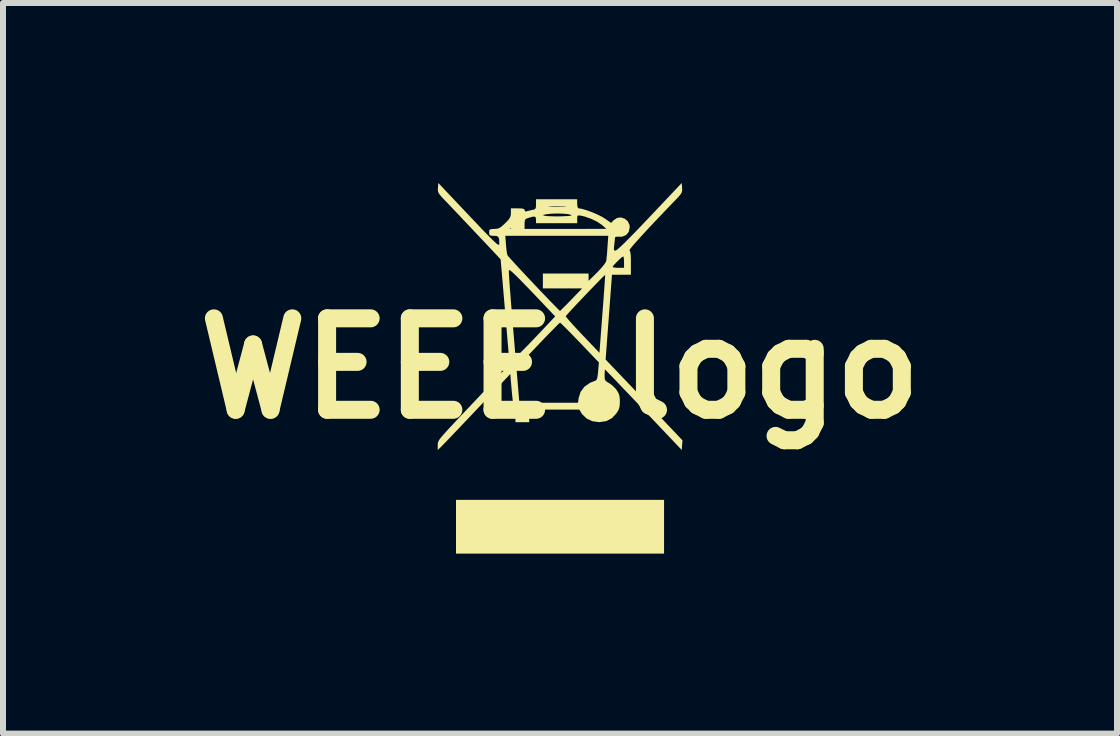
<source format=kicad_pcb>
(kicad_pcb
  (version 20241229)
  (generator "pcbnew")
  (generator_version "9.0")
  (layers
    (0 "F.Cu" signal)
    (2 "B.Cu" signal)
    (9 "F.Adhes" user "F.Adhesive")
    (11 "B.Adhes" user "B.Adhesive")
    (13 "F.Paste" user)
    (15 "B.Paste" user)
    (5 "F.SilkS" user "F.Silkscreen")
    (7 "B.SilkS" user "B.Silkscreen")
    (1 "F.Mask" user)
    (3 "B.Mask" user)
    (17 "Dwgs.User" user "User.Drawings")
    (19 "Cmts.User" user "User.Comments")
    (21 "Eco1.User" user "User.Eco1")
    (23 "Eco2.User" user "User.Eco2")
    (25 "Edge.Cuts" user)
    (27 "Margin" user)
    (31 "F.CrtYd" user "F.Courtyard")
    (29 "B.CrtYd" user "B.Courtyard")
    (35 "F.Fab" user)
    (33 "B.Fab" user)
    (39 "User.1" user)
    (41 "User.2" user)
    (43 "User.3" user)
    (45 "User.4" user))
  (footprint "WEEE logo"
    (layer "F.Cu")
    (at 6.285 3.091)
    (property "Reference" "WEEE logo" (at 0 0 0) (layer "F.SilkS") (effects (font (size 1.524 1.524) (thickness 0.3))))
    (attr board_only exclude_from_pos_files exclude_from_bom)
    (fp_poly (pts (xy 1.734 3.087) (xy -1.734 3.087) (xy -1.734 2.191) (xy 1.734 2.191)) (stroke (width 0) (type solid)) (fill yes) (layer "F.SilkS"))
    (fp_poly (pts (xy 2.035 -3.01) (xy 2.036 -2.968) (xy 2.029 -2.934) (xy 2.008 -2.9) (xy 1.969 -2.854) (xy 1.929 -2.812) (xy 1.754 -2.63) (xy 1.599 -2.467) (xy 1.466 -2.326) (xy 1.356 -2.206) (xy 1.269 -2.11) (xy 1.206 -2.038) (xy 1.168 -1.99) (xy 1.157 -1.969) (xy 1.158 -1.968) (xy 1.169 -1.95) (xy 1.177 -1.904) (xy 1.181 -1.826) (xy 1.181 -1.761) (xy 1.181 -1.562) (xy 0.866 -1.562) (xy 0.813 -0.855) (xy 0.76 -0.148) (xy 0.89 -0.012) (xy 0.933 0.033) (xy 0.999 0.102) (xy 1.082 0.19) (xy 1.181 0.293) (xy 1.29 0.408) (xy 1.407 0.531) (xy 1.526 0.656) (xy 1.531 0.662) (xy 2.041 1.199) (xy 2.029 1.36) (xy 1.393 0.69) (xy 1.267 0.556) (xy 1.148 0.432) (xy 1.04 0.319) (xy 0.946 0.22) (xy 0.867 0.138) (xy 0.806 0.075) (xy 0.767 0.035) (xy 0.75 0.019) (xy 0.75 0.019) (xy 0.746 0.036) (xy 0.744 0.08) (xy 0.743 0.112) (xy 0.745 0.17) (xy 0.757 0.203) (xy 0.786 0.227) (xy 0.815 0.243) (xy 0.87 0.282) (xy 0.925 0.336) (xy 0.942 0.358) (xy 0.975 0.413) (xy 0.992 0.465) (xy 0.997 0.533) (xy 0.997 0.553) (xy 0.994 0.627) (xy 0.98 0.681) (xy 0.951 0.733) (xy 0.942 0.747) (xy 0.865 0.829) (xy 0.773 0.878) (xy 0.661 0.895) (xy 0.651 0.896) (xy 0.539 0.88) (xy 0.443 0.835) (xy 0.37 0.765) (xy 0.36 0.749) (xy 0.321 0.686) (xy -0.514 0.686) (xy -0.514 0.896) (xy -0.743 0.896) (xy -0.743 0.795) (xy -0.747 0.734) (xy -0.755 0.689) (xy -0.762 0.674) (xy -0.771 0.649) (xy -0.781 0.593) (xy -0.791 0.514) (xy -0.801 0.419) (xy -0.805 0.374) (xy -0.829 0.093) (xy -1.385 0.68) (xy -1.505 0.807) (xy -1.618 0.926) (xy -1.722 1.035) (xy -1.813 1.131) (xy -1.889 1.21) (xy -1.946 1.269) (xy -1.981 1.305) (xy -1.989 1.313) (xy -2.039 1.36) (xy -2.039 1.278) (xy -2.038 1.257) (xy -2.035 1.237) (xy -2.027 1.215) (xy -2.011 1.187) (xy -1.985 1.152) (xy -1.946 1.106) (xy -1.893 1.047) (xy -1.823 0.971) (xy -1.733 0.875) (xy -1.621 0.756) (xy -1.521 0.651) (xy -1.404 0.527) (xy -1.291 0.408) (xy -1.187 0.299) (xy -1.095 0.202) (xy -1.019 0.121) (xy -0.961 0.06) (xy -0.926 0.023) (xy -0.922 0.019) (xy -0.899 -0.005) (xy -0.726 -0.005) (xy -0.702 0.283) (xy -0.678 0.572) (xy 0.3 0.572) (xy 0.31 0.496) (xy 0.342 0.392) (xy 0.407 0.305) (xy 0.501 0.239) (xy 0.593 0.203) (xy 0.61 0.188) (xy 0.623 0.149) (xy 0.632 0.082) (xy 0.635 0.047) (xy 0.648 -0.099) (xy 0.331 -0.431) (xy 0.242 -0.523) (xy 0.161 -0.606) (xy 0.093 -0.675) (xy 0.041 -0.726) (xy 0.009 -0.756) (xy 0 -0.762) (xy -0.016 -0.749) (xy -0.053 -0.713) (xy -0.108 -0.657) (xy -0.177 -0.587) (xy -0.255 -0.507) (xy -0.338 -0.42) (xy -0.422 -0.332) (xy -0.503 -0.247) (xy -0.576 -0.17) (xy -0.638 -0.103) (xy -0.682 -0.054) (xy -0.726 -0.005) (xy -0.899 -0.005) (xy -0.841 -0.067) (xy -0.915 -0.942) (xy -0.974 -1.632) (xy -0.853 -1.632) (xy -0.853 -1.604) (xy -0.85 -1.543) (xy -0.844 -1.452) (xy -0.836 -1.338) (xy -0.825 -1.204) (xy -0.814 -1.055) (xy -0.801 -0.905) (xy -0.788 -0.747) (xy -0.776 -0.6) (xy -0.765 -0.469) (xy -0.756 -0.358) (xy -0.749 -0.273) (xy -0.745 -0.217) (xy -0.743 -0.194) (xy -0.736 -0.194) (xy -0.715 -0.21) (xy -0.677 -0.246) (xy -0.621 -0.301) (xy -0.545 -0.378) (xy -0.448 -0.479) (xy -0.329 -0.604) (xy -0.198 -0.743) (xy -0.081 -0.867) (xy -0.084 -0.87) (xy 0.095 -0.87) (xy 0.107 -0.852) (xy 0.141 -0.811) (xy 0.194 -0.751) (xy 0.262 -0.676) (xy 0.342 -0.591) (xy 0.374 -0.557) (xy 0.657 -0.26) (xy 0.706 -0.906) (xy 0.718 -1.059) (xy 0.728 -1.199) (xy 0.737 -1.323) (xy 0.744 -1.424) (xy 0.749 -1.5) (xy 0.752 -1.546) (xy 0.752 -1.558) (xy 0.738 -1.547) (xy 0.703 -1.513) (xy 0.65 -1.459) (xy 0.584 -1.391) (xy 0.509 -1.314) (xy 0.43 -1.231) (xy 0.35 -1.147) (xy 0.274 -1.067) (xy 0.206 -0.994) (xy 0.151 -0.935) (xy 0.113 -0.892) (xy 0.096 -0.871) (xy 0.095 -0.87) (xy -0.084 -0.87) (xy -0.464 -1.27) (xy -0.578 -1.388) (xy -0.668 -1.481) (xy -0.738 -1.55) (xy -0.788 -1.598) (xy -0.823 -1.627) (xy -0.843 -1.638) (xy -0.853 -1.635) (xy -0.853 -1.632) (xy -0.974 -1.632) (xy -0.99 -1.817) (xy -1.044 -1.876) (xy -1.077 -1.911) (xy -1.132 -1.97) (xy -1.205 -2.047) (xy -1.291 -2.139) (xy -1.386 -2.239) (xy -1.486 -2.345) (xy -1.586 -2.45) (xy -1.681 -2.552) (xy -1.769 -2.644) (xy -1.844 -2.723) (xy -1.902 -2.784) (xy -1.93 -2.812) (xy -1.984 -2.871) (xy -2.017 -2.912) (xy -2.033 -2.945) (xy -2.037 -2.98) (xy -2.035 -3.01) (xy -2.029 -3.091) (xy -1.524 -2.557) (xy -1.395 -2.421) (xy -1.29 -2.31) (xy -1.205 -2.223) (xy -1.14 -2.157) (xy -1.091 -2.11) (xy -1.057 -2.079) (xy -1.034 -2.064) (xy -1.02 -2.06) (xy -1.014 -2.066) (xy -1.013 -2.071) (xy -1.013 -2.129) (xy -1.018 -2.165) (xy -1.032 -2.195) (xy -1.061 -2.208) (xy -1.106 -2.21) (xy -0.912 -2.21) (xy -0.901 -2.063) (xy -0.894 -1.988) (xy -0.886 -1.927) (xy -0.877 -1.889) (xy -0.876 -1.886) (xy -0.859 -1.865) (xy -0.821 -1.822) (xy -0.764 -1.759) (xy -0.693 -1.682) (xy -0.611 -1.594) (xy -0.522 -1.499) (xy -0.429 -1.401) (xy -0.337 -1.303) (xy -0.249 -1.211) (xy -0.169 -1.127) (xy -0.1 -1.057) (xy -0.046 -1.002) (xy -0.012 -0.968) (xy 0 -0.959) (xy 0.016 -0.973) (xy 0.053 -1.01) (xy 0.107 -1.063) (xy 0.171 -1.129) (xy 0.189 -1.148) (xy 0.369 -1.334) (xy -0.286 -1.334) (xy -0.286 -1.582) (xy 0.476 -1.582) (xy 0.476 -1.459) (xy 0.619 -1.6) (xy 0.681 -1.666) (xy 0.703 -1.692) (xy 0.877 -1.692) (xy 0.894 -1.683) (xy 0.937 -1.678) (xy 0.972 -1.677) (xy 1.067 -1.677) (xy 1.067 -1.772) (xy 1.065 -1.826) (xy 1.058 -1.861) (xy 1.053 -1.867) (xy 1.033 -1.855) (xy 0.996 -1.823) (xy 0.953 -1.781) (xy 0.912 -1.739) (xy 0.884 -1.706) (xy 0.877 -1.692) (xy 0.703 -1.692) (xy 0.731 -1.726) (xy 0.763 -1.772) (xy 0.77 -1.79) (xy 0.775 -1.83) (xy 0.782 -1.897) (xy 0.788 -1.979) (xy 0.791 -2.025) (xy 0.804 -2.21) (xy -0.912 -2.21) (xy -1.106 -2.21) (xy -1.154 -2.213) (xy -1.176 -2.225) (xy -1.181 -2.256) (xy -1.181 -2.268) (xy -1.179 -2.303) (xy -1.164 -2.319) (xy -1.127 -2.324) (xy -1.097 -2.325) (xy -1.049 -2.328) (xy -1.029 -2.334) (xy -0.838 -2.334) (xy -0.829 -2.325) (xy -0.591 -2.325) (xy 0.091 -2.325) (xy 0.772 -2.326) (xy 0.7 -2.39) (xy 0.621 -2.444) (xy 0.519 -2.494) (xy 0.409 -2.532) (xy 0.354 -2.545) (xy 0.309 -2.551) (xy 0.29 -2.541) (xy 0.286 -2.505) (xy 0.286 -2.489) (xy 0.286 -2.42) (xy -0.4 -2.42) (xy -0.4 -2.477) (xy -0.404 -2.514) (xy -0.419 -2.53) (xy -0.454 -2.529) (xy -0.517 -2.512) (xy -0.563 -2.496) (xy -0.584 -2.475) (xy -0.59 -2.435) (xy -0.591 -2.407) (xy -0.591 -2.325) (xy -0.829 -2.325) (xy -0.819 -2.334) (xy -0.829 -2.344) (xy -0.838 -2.334) (xy -1.029 -2.334) (xy -1.01 -2.341) (xy -0.969 -2.37) (xy -0.916 -2.419) (xy -0.864 -2.472) (xy -0.835 -2.512) (xy -0.822 -2.55) (xy -0.822 -2.552) (xy -0.282 -2.552) (xy -0.256 -2.544) (xy -0.199 -2.538) (xy -0.113 -2.535) (xy -0.048 -2.534) (xy 0.043 -2.536) (xy 0.117 -2.539) (xy 0.169 -2.544) (xy 0.19 -2.55) (xy 0.191 -2.551) (xy 0.173 -2.563) (xy 0.126 -2.573) (xy 0.057 -2.579) (xy -0.024 -2.582) (xy -0.109 -2.581) (xy -0.154 -2.578) (xy -0.232 -2.569) (xy -0.274 -2.56) (xy -0.282 -2.552) (xy -0.822 -2.552) (xy -0.819 -2.59) (xy -0.819 -2.668) (xy -0.705 -2.668) (xy -0.64 -2.666) (xy -0.604 -2.658) (xy -0.591 -2.644) (xy -0.591 -2.637) (xy -0.579 -2.615) (xy -0.563 -2.617) (xy -0.527 -2.627) (xy -0.474 -2.639) (xy -0.468 -2.64) (xy -0.426 -2.65) (xy -0.406 -2.669) (xy -0.402 -2.699) (xy -0.196 -2.699) (xy -0.19 -2.696) (xy -0.152 -2.695) (xy -0.085 -2.694) (xy -0.048 -2.694) (xy 0.033 -2.695) (xy 0.085 -2.696) (xy 0.108 -2.698) (xy 0.097 -2.7) (xy 0.082 -2.701) (xy -0.005 -2.703) (xy -0.103 -2.703) (xy -0.166 -2.701) (xy -0.196 -2.699) (xy -0.402 -2.699) (xy -0.4 -2.707) (xy -0.4 -2.736) (xy -0.4 -2.82) (xy 0.286 -2.82) (xy 0.286 -2.744) (xy 0.291 -2.69) (xy 0.307 -2.669) (xy 0.313 -2.668) (xy 0.367 -2.659) (xy 0.443 -2.637) (xy 0.53 -2.605) (xy 0.618 -2.568) (xy 0.696 -2.529) (xy 0.746 -2.499) (xy 0.851 -2.425) (xy 0.894 -2.47) (xy 0.953 -2.509) (xy 1.018 -2.516) (xy 1.08 -2.495) (xy 1.13 -2.452) (xy 1.159 -2.389) (xy 1.162 -2.353) (xy 1.146 -2.277) (xy 1.102 -2.223) (xy 1.035 -2.196) (xy 0.99 -2.195) (xy 0.94 -2.196) (xy 0.918 -2.186) (xy 0.915 -2.171) (xy 0.912 -2.133) (xy 0.906 -2.076) (xy 0.903 -2.051) (xy 0.897 -1.997) (xy 0.901 -1.971) (xy 0.918 -1.963) (xy 0.926 -1.963) (xy 0.949 -1.977) (xy 0.996 -2.017) (xy 1.065 -2.083) (xy 1.155 -2.173) (xy 1.266 -2.286) (xy 1.394 -2.42) (xy 1.496 -2.527) (xy 2.029 -3.091)) (stroke (width 0) (type solid)) (fill yes) (layer "F.SilkS")))
  (gr_rect
    (start -3 -3)
    (end 15.569 9.178)
    (stroke (width 0.1) (type default))
    (fill no)
    (layer "Edge.Cuts")))
</source>
